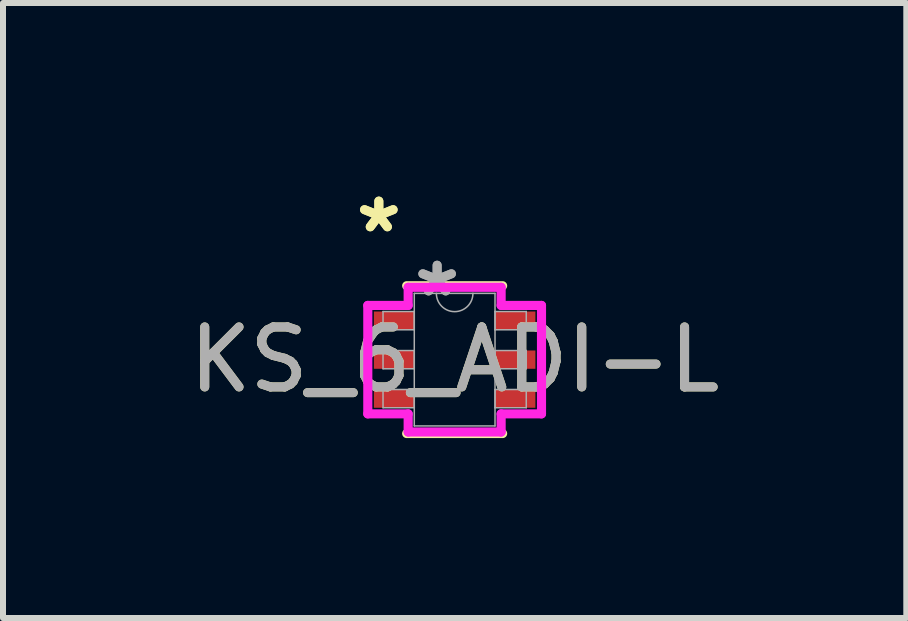
<source format=kicad_pcb>
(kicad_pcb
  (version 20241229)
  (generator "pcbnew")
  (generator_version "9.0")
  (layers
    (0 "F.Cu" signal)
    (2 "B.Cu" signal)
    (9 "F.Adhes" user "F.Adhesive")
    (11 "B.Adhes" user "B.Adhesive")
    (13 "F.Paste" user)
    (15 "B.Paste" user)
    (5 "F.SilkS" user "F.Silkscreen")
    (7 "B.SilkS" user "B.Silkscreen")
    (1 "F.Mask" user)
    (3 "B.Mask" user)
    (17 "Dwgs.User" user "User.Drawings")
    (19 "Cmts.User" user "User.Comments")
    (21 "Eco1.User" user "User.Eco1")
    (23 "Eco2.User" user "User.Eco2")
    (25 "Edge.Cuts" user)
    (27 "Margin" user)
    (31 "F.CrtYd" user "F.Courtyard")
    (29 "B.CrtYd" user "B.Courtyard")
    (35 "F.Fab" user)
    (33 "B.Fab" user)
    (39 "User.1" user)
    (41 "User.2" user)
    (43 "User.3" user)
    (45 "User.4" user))
  (footprint "KS_6_ADI-L"
    (layer "F.Cu")
    (at 4.53 2.946)
    (property "Reference" "KS_6_ADI-L" (at 0 0 0) (unlocked yes) (layer "F.SilkS") (effects (font (size 1 1) (thickness 0.15))))
    (attr smd)
    (fp_line (start -0.8 1.232) (end 0.8 1.232) (stroke (width 0.152) (type solid)) (layer "F.SilkS"))
    (fp_line (start 0.8 -1.232) (end -0.8 -1.232) (stroke (width 0.152) (type solid)) (layer "F.SilkS"))
    (fp_line (start -1.448 -0.904) (end -0.775 -0.904) (stroke (width 0.152) (type solid)) (layer "F.CrtYd"))
    (fp_line (start -1.448 0.904) (end -1.448 -0.904) (stroke (width 0.152) (type solid)) (layer "F.CrtYd"))
    (fp_line (start -1.448 0.904) (end -0.775 0.904) (stroke (width 0.152) (type solid)) (layer "F.CrtYd"))
    (fp_line (start -0.775 -1.206) (end 0.775 -1.206) (stroke (width 0.152) (type solid)) (layer "F.CrtYd"))
    (fp_line (start -0.775 -0.904) (end -0.775 -1.206) (stroke (width 0.152) (type solid)) (layer "F.CrtYd"))
    (fp_line (start -0.775 1.206) (end -0.775 0.904) (stroke (width 0.152) (type solid)) (layer "F.CrtYd"))
    (fp_line (start 0.775 -1.206) (end 0.775 -0.904) (stroke (width 0.152) (type solid)) (layer "F.CrtYd"))
    (fp_line (start 0.775 0.904) (end 0.775 1.206) (stroke (width 0.152) (type solid)) (layer "F.CrtYd"))
    (fp_line (start 0.775 1.206) (end -0.775 1.206) (stroke (width 0.152) (type solid)) (layer "F.CrtYd"))
    (fp_line (start 1.448 -0.904) (end 0.775 -0.904) (stroke (width 0.152) (type solid)) (layer "F.CrtYd"))
    (fp_line (start 1.448 -0.904) (end 1.448 0.904) (stroke (width 0.152) (type solid)) (layer "F.CrtYd"))
    (fp_line (start 1.448 0.904) (end 0.775 0.904) (stroke (width 0.152) (type solid)) (layer "F.CrtYd"))
    (fp_line (start -1.194 -0.802) (end -1.194 -0.498) (stroke (width 0.025) (type solid)) (layer "F.Fab"))
    (fp_line (start -1.194 -0.498) (end -0.673 -0.498) (stroke (width 0.025) (type solid)) (layer "F.Fab"))
    (fp_line (start -1.194 -0.152) (end -1.194 0.152) (stroke (width 0.025) (type solid)) (layer "F.Fab"))
    (fp_line (start -1.194 0.152) (end -0.673 0.152) (stroke (width 0.025) (type solid)) (layer "F.Fab"))
    (fp_line (start -1.194 0.498) (end -1.194 0.802) (stroke (width 0.025) (type solid)) (layer "F.Fab"))
    (fp_line (start -1.194 0.802) (end -0.673 0.802) (stroke (width 0.025) (type solid)) (layer "F.Fab"))
    (fp_line (start -0.673 -1.105) (end -0.673 1.105) (stroke (width 0.025) (type solid)) (layer "F.Fab"))
    (fp_line (start -0.673 -0.802) (end -1.194 -0.802) (stroke (width 0.025) (type solid)) (layer "F.Fab"))
    (fp_line (start -0.673 -0.498) (end -0.673 -0.802) (stroke (width 0.025) (type solid)) (layer "F.Fab"))
    (fp_line (start -0.673 -0.152) (end -1.194 -0.152) (stroke (width 0.025) (type solid)) (layer "F.Fab"))
    (fp_line (start -0.673 0.152) (end -0.673 -0.152) (stroke (width 0.025) (type solid)) (layer "F.Fab"))
    (fp_line (start -0.673 0.498) (end -1.194 0.498) (stroke (width 0.025) (type solid)) (layer "F.Fab"))
    (fp_line (start -0.673 0.802) (end -0.673 0.498) (stroke (width 0.025) (type solid)) (layer "F.Fab"))
    (fp_line (start -0.673 1.105) (end 0.673 1.105) (stroke (width 0.025) (type solid)) (layer "F.Fab"))
    (fp_line (start 0.673 -1.105) (end -0.673 -1.105) (stroke (width 0.025) (type solid)) (layer "F.Fab"))
    (fp_line (start 0.673 -0.802) (end 0.673 -0.498) (stroke (width 0.025) (type solid)) (layer "F.Fab"))
    (fp_line (start 0.673 -0.498) (end 1.194 -0.498) (stroke (width 0.025) (type solid)) (layer "F.Fab"))
    (fp_line (start 0.673 -0.152) (end 0.673 0.152) (stroke (width 0.025) (type solid)) (layer "F.Fab"))
    (fp_line (start 0.673 0.152) (end 1.194 0.152) (stroke (width 0.025) (type solid)) (layer "F.Fab"))
    (fp_line (start 0.673 0.498) (end 0.673 0.802) (stroke (width 0.025) (type solid)) (layer "F.Fab"))
    (fp_line (start 0.673 0.802) (end 1.194 0.802) (stroke (width 0.025) (type solid)) (layer "F.Fab"))
    (fp_line (start 0.673 1.105) (end 0.673 -1.105) (stroke (width 0.025) (type solid)) (layer "F.Fab"))
    (fp_line (start 1.194 -0.802) (end 0.673 -0.802) (stroke (width 0.025) (type solid)) (layer "F.Fab"))
    (fp_line (start 1.194 -0.498) (end 1.194 -0.802) (stroke (width 0.025) (type solid)) (layer "F.Fab"))
    (fp_line (start 1.194 -0.152) (end 0.673 -0.152) (stroke (width 0.025) (type solid)) (layer "F.Fab"))
    (fp_line (start 1.194 0.152) (end 1.194 -0.152) (stroke (width 0.025) (type solid)) (layer "F.Fab"))
    (fp_line (start 1.194 0.498) (end 0.673 0.498) (stroke (width 0.025) (type solid)) (layer "F.Fab"))
    (fp_line (start 1.194 0.802) (end 1.194 0.498) (stroke (width 0.025) (type solid)) (layer "F.Fab"))
    (fp_arc (start 0.3048 -1.1049) (mid 0 -0.8001) (end -0.3048 -1.1049) (stroke (width 0.0254) (type solid)) (layer "F.Fab"))
    (fp_text user "*" (at -1.264 -2.098 0) (layer "F.SilkS") (effects (font (size 1 1) (thickness 0.15))))
    (fp_text user "*" (at -1.264 -2.098 0) (unlocked yes) (layer "F.SilkS") (effects (font (size 1 1) (thickness 0.15))))
    (fp_text user "*" (at -0.292 -1.029 0) (unlocked yes) (layer "F.Fab") (effects (font (size 1 1) (thickness 0.15))))
    (fp_text user "${REFERENCE}" (at 0 0 0) (unlocked yes) (layer "F.Fab") (effects (font (size 1 1) (thickness 0.15))))
    (fp_text user "*" (at -0.292 -1.029 0) (layer "F.Fab") (effects (font (size 1 1) (thickness 0.15))))
    (pad "1" smd rect (at -1.01 -0.65) (size 0.673 0.305) (layers "F.Cu" "F.Mask" "F.Paste"))
    (pad "2" smd rect (at -1.01 0) (size 0.673 0.305) (layers "F.Cu" "F.Mask" "F.Paste"))
    (pad "3" smd rect (at -1.01 0.65) (size 0.673 0.305) (layers "F.Cu" "F.Mask" "F.Paste"))
    (pad "4" smd rect (at 1.01 0.65) (size 0.673 0.305) (layers "F.Cu" "F.Mask" "F.Paste"))
    (pad "5" smd rect (at 1.01 0) (size 0.673 0.305) (layers "F.Cu" "F.Mask" "F.Paste"))
    (pad "6" smd rect (at 1.01 -0.65) (size 0.673 0.305) (layers "F.Cu" "F.Mask" "F.Paste")))
  (gr_rect
    (start -3 -3)
    (end 12.06 7.254)
    (stroke (width 0.1) (type default))
    (fill no)
    (layer "Edge.Cuts")))
</source>
